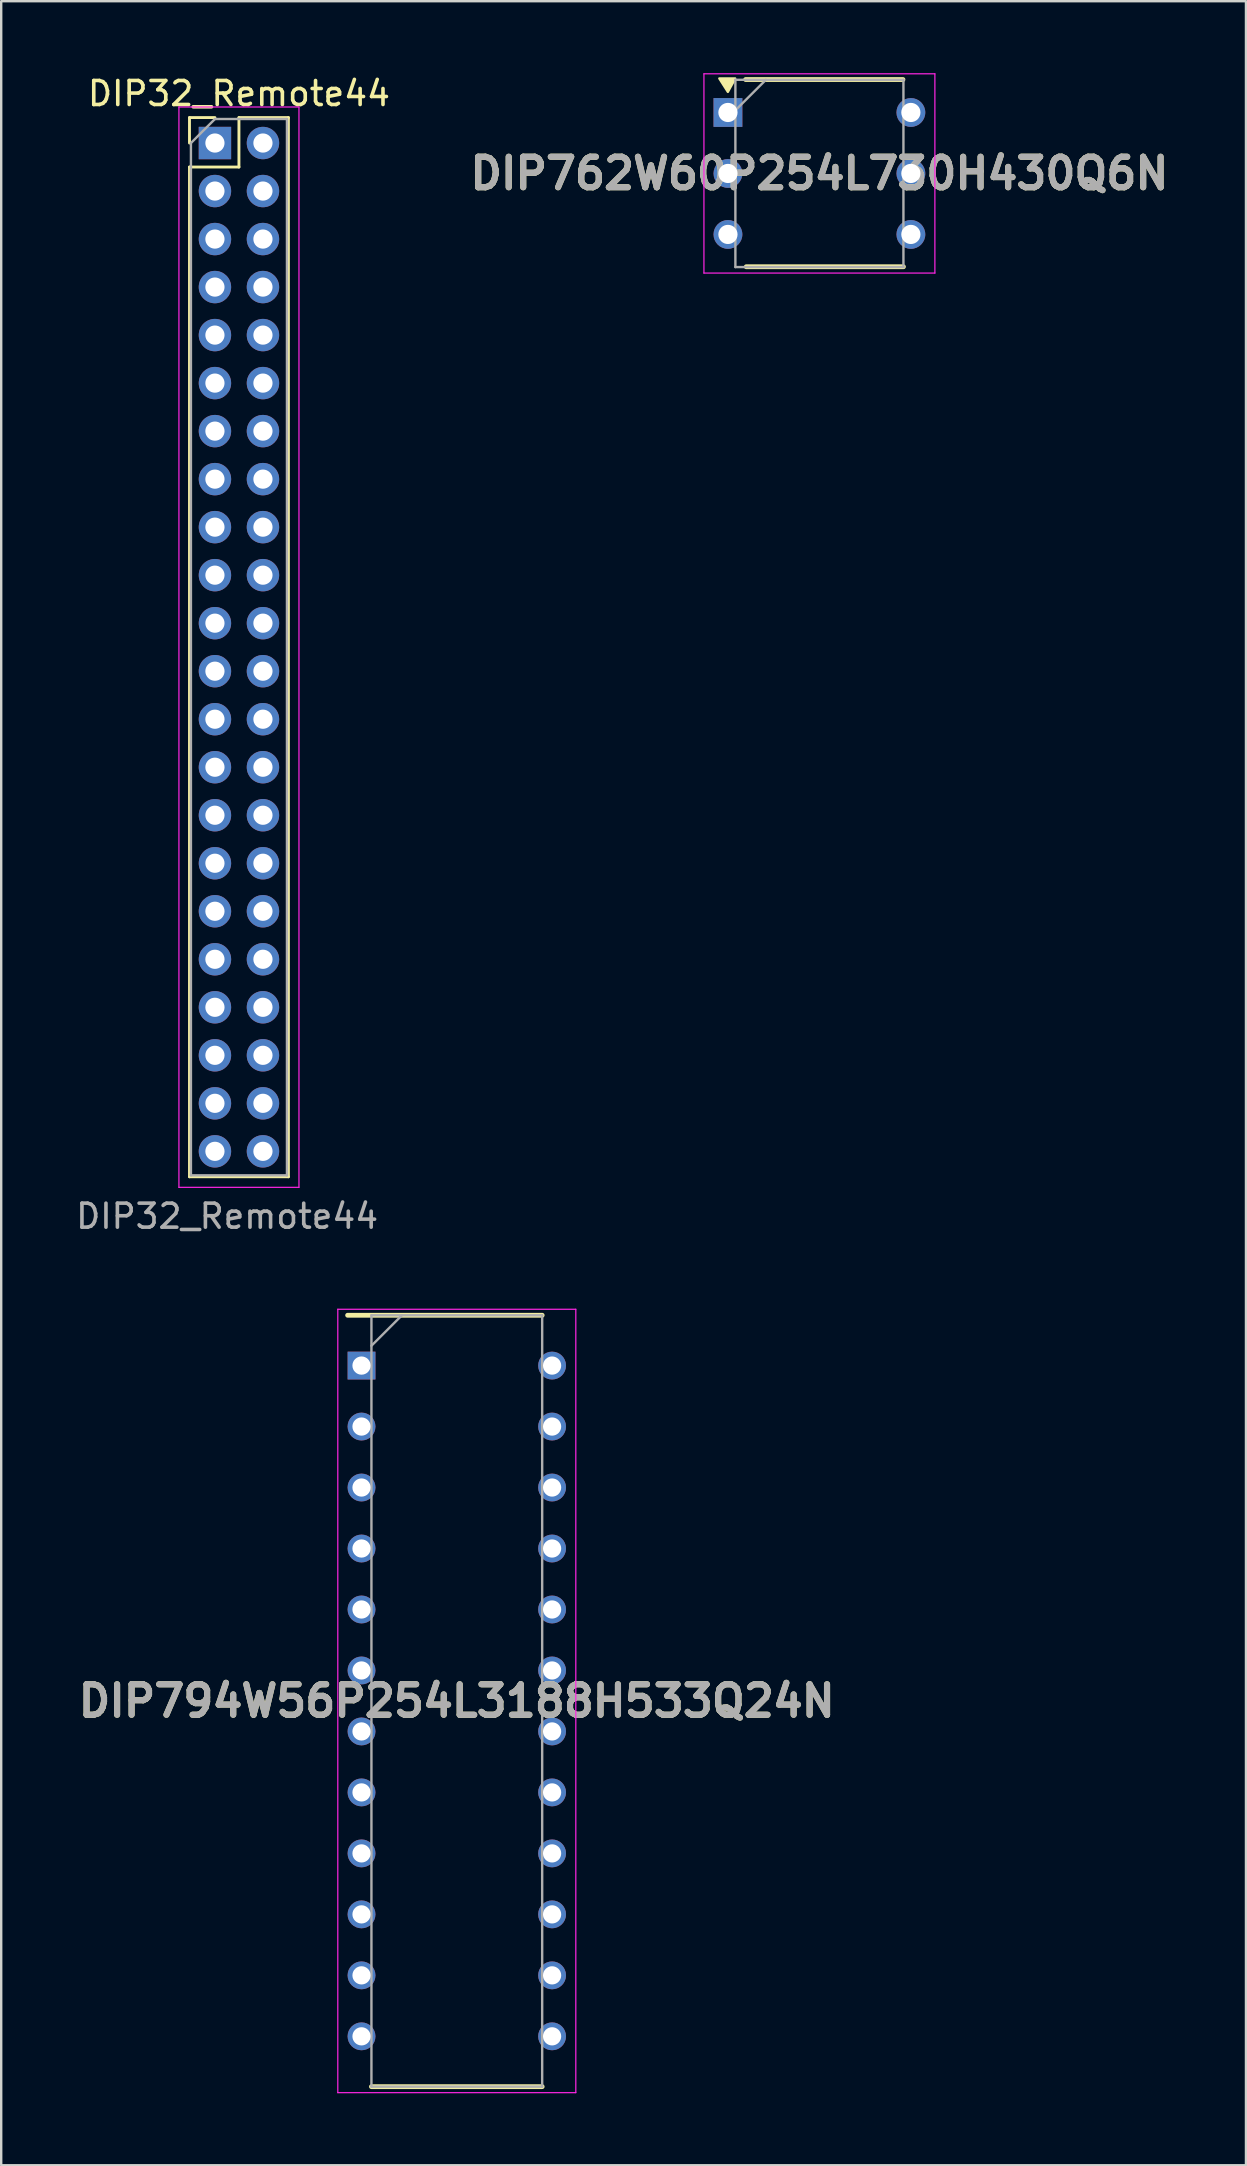
<source format=kicad_pcb>
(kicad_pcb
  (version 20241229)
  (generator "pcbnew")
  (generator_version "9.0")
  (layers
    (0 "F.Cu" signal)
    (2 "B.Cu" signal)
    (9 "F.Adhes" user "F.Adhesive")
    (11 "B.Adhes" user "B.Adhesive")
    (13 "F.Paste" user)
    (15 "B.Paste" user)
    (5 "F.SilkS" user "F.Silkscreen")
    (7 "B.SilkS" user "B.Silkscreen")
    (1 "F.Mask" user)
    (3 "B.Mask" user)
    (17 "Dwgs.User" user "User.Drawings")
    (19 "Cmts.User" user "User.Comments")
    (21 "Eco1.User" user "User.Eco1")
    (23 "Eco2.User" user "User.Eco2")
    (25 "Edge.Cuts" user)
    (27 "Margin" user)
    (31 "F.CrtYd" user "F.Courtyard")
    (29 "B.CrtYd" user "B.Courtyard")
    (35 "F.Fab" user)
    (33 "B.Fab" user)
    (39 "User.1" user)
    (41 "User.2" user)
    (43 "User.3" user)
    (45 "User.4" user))
  (footprint "DIP762W60P254L730H430Q6N"
    (layer "F.Cu")
    (at 31.082 4.175)
    (property "Reference" "DIP762W60P254L730H430Q6N" (at 0 0 0) (layer "F.SilkS") (effects (font (size 1.27 1.27) (thickness 0.254))))
    (attr through_hole)
    (fp_line (start -3.073 -3.912) (end 3.48 -3.912) (stroke (width 0.2) (type solid)) (layer "F.SilkS"))
    (fp_line (start -3.048 3.886) (end 3.5 3.886) (stroke (width 0.2) (type solid)) (layer "F.SilkS"))
    (fp_poly (pts (xy -3.813 -3.398) (xy -4.169 -3.957) (xy -3.508 -3.957)) (stroke (width 0.1) (type solid)) (fill yes) (layer "F.SilkS"))
    (fp_line (start -4.81 -4.15) (end 4.81 -4.15) (stroke (width 0.05) (type solid)) (layer "F.CrtYd"))
    (fp_line (start -4.81 4.15) (end -4.81 -4.15) (stroke (width 0.05) (type solid)) (layer "F.CrtYd"))
    (fp_line (start 4.81 -4.15) (end 4.81 4.15) (stroke (width 0.05) (type solid)) (layer "F.CrtYd"))
    (fp_line (start 4.81 4.15) (end -4.81 4.15) (stroke (width 0.05) (type solid)) (layer "F.CrtYd"))
    (fp_line (start -3.5 -3.9) (end 3.5 -3.9) (stroke (width 0.1) (type solid)) (layer "F.Fab"))
    (fp_line (start -3.5 -2.63) (end -2.23 -3.9) (stroke (width 0.1) (type solid)) (layer "F.Fab"))
    (fp_line (start -3.5 3.9) (end -3.5 -3.9) (stroke (width 0.1) (type solid)) (layer "F.Fab"))
    (fp_line (start 3.5 -3.9) (end 3.5 3.9) (stroke (width 0.1) (type solid)) (layer "F.Fab"))
    (fp_line (start 3.5 3.9) (end -3.5 3.9) (stroke (width 0.1) (type solid)) (layer "F.Fab"))
    (fp_text user "${REFERENCE}" (at 0 0 0) (layer "F.Fab") (effects (font (size 1.27 1.27) (thickness 0.254))))
    (pad "1" thru_hole rect (at -3.81 -2.54) (size 1.2 1.2) (drill 0.8) (layers "*.Cu" "*.Mask"))
    (pad "2" thru_hole circle (at -3.81 0) (size 1.2 1.2) (drill 0.8) (layers "*.Cu" "*.Mask"))
    (pad "3" thru_hole circle (at -3.81 2.54) (size 1.2 1.2) (drill 0.8) (layers "*.Cu" "*.Mask"))
    (pad "4" thru_hole circle (at 3.81 2.54) (size 1.2 1.2) (drill 0.8) (layers "*.Cu" "*.Mask"))
    (pad "5" thru_hole circle (at 3.81 0) (size 1.2 1.2) (drill 0.8) (layers "*.Cu" "*.Mask"))
    (pad "6" thru_hole circle (at 3.81 -2.54) (size 1.2 1.2) (drill 0.8) (layers "*.Cu" "*.Mask")))
  (footprint "DIP32_Remote44"
    (layer "F.Cu")
    (at 5.903 2.908)
    (property "Reference" "DIP32_Remote44" (at 1 -2.06 0) (layer "F.SilkS") (effects (font (size 1 1) (thickness 0.15))))
    (attr through_hole)
    (fp_line (start -1.06 -1.06) (end 0 -1.06) (stroke (width 0.12) (type solid)) (layer "F.SilkS"))
    (fp_line (start -1.06 0) (end -1.06 -1.06) (stroke (width 0.12) (type solid)) (layer "F.SilkS"))
    (fp_line (start -1.06 1) (end -1.06 43.06) (stroke (width 0.12) (type solid)) (layer "F.SilkS"))
    (fp_line (start -1.06 1) (end 1 1) (stroke (width 0.12) (type solid)) (layer "F.SilkS"))
    (fp_line (start -1.06 43.06) (end 3.06 43.06) (stroke (width 0.12) (type solid)) (layer "F.SilkS"))
    (fp_line (start 1 -1.06) (end 3.06 -1.06) (stroke (width 0.12) (type solid)) (layer "F.SilkS"))
    (fp_line (start 1 1) (end 1 -1.06) (stroke (width 0.12) (type solid)) (layer "F.SilkS"))
    (fp_line (start 3.06 -1.06) (end 3.06 43.06) (stroke (width 0.12) (type solid)) (layer "F.SilkS"))
    (fp_line (start -1.5 -1.5) (end -1.5 43.5) (stroke (width 0.05) (type solid)) (layer "F.CrtYd"))
    (fp_line (start -1.5 43.5) (end 3.5 43.5) (stroke (width 0.05) (type solid)) (layer "F.CrtYd"))
    (fp_line (start 3.5 -1.5) (end -1.5 -1.5) (stroke (width 0.05) (type solid)) (layer "F.CrtYd"))
    (fp_line (start 3.5 43.5) (end 3.5 -1.5) (stroke (width 0.05) (type solid)) (layer "F.CrtYd"))
    (fp_line (start -1 0) (end 0 -1) (stroke (width 0.1) (type solid)) (layer "F.Fab"))
    (fp_line (start -1 43) (end -1 0) (stroke (width 0.1) (type solid)) (layer "F.Fab"))
    (fp_line (start 0 -1) (end 3 -1) (stroke (width 0.1) (type solid)) (layer "F.Fab"))
    (fp_line (start 3 -1) (end 3 43) (stroke (width 0.1) (type solid)) (layer "F.Fab"))
    (fp_line (start 3 43) (end -1 43) (stroke (width 0.1) (type solid)) (layer "F.Fab"))
    (fp_text user "${REFERENCE}" (at 0.508 44.704 180) (layer "F.Fab") (effects (font (size 1 1) (thickness 0.15))))
    (pad "1" thru_hole rect (at 0 0) (size 1.35 1.35) (drill 0.8) (layers "*.Cu" "*.Mask"))
    (pad "2" thru_hole oval (at 0 2) (size 1.35 1.35) (drill 0.8) (layers "*.Cu" "*.Mask"))
    (pad "3" thru_hole oval (at 0 4) (size 1.35 1.35) (drill 0.8) (layers "*.Cu" "*.Mask"))
    (pad "4" thru_hole oval (at 0 6) (size 1.35 1.35) (drill 0.8) (layers "*.Cu" "*.Mask"))
    (pad "5" thru_hole oval (at 0 8) (size 1.35 1.35) (drill 0.8) (layers "*.Cu" "*.Mask"))
    (pad "6" thru_hole oval (at 0 10) (size 1.35 1.35) (drill 0.8) (layers "*.Cu" "*.Mask"))
    (pad "7" thru_hole oval (at 0 12) (size 1.35 1.35) (drill 0.8) (layers "*.Cu" "*.Mask"))
    (pad "8" thru_hole oval (at 0 14) (size 1.35 1.35) (drill 0.8) (layers "*.Cu" "*.Mask"))
    (pad "9" thru_hole oval (at 0 16) (size 1.35 1.35) (drill 0.8) (layers "*.Cu" "*.Mask"))
    (pad "10" thru_hole oval (at 0 18) (size 1.35 1.35) (drill 0.8) (layers "*.Cu" "*.Mask"))
    (pad "11" thru_hole oval (at 0 20) (size 1.35 1.35) (drill 0.8) (layers "*.Cu" "*.Mask"))
    (pad "12" thru_hole oval (at 0 22) (size 1.35 1.35) (drill 0.8) (layers "*.Cu" "*.Mask"))
    (pad "13" thru_hole oval (at 0 24) (size 1.35 1.35) (drill 0.8) (layers "*.Cu" "*.Mask"))
    (pad "14" thru_hole oval (at 0 26) (size 1.35 1.35) (drill 0.8) (layers "*.Cu" "*.Mask"))
    (pad "15" thru_hole oval (at 0 28) (size 1.35 1.35) (drill 0.8) (layers "*.Cu" "*.Mask"))
    (pad "16" thru_hole oval (at 0 30) (size 1.35 1.35) (drill 0.8) (layers "*.Cu" "*.Mask"))
    (pad "17" thru_hole oval (at 2 30) (size 1.35 1.35) (drill 0.8) (layers "*.Cu" "*.Mask"))
    (pad "18" thru_hole oval (at 2 28) (size 1.35 1.35) (drill 0.8) (layers "*.Cu" "*.Mask"))
    (pad "19" thru_hole oval (at 2 26) (size 1.35 1.35) (drill 0.8) (layers "*.Cu" "*.Mask"))
    (pad "20" thru_hole oval (at 2 24) (size 1.35 1.35) (drill 0.8) (layers "*.Cu" "*.Mask"))
    (pad "21" thru_hole oval (at 2 22) (size 1.35 1.35) (drill 0.8) (layers "*.Cu" "*.Mask"))
    (pad "22" thru_hole oval (at 2 20) (size 1.35 1.35) (drill 0.8) (layers "*.Cu" "*.Mask"))
    (pad "23" thru_hole oval (at 2 18) (size 1.35 1.35) (drill 0.8) (layers "*.Cu" "*.Mask"))
    (pad "24" thru_hole oval (at 2 16) (size 1.35 1.35) (drill 0.8) (layers "*.Cu" "*.Mask"))
    (pad "25" thru_hole oval (at 2 14) (size 1.35 1.35) (drill 0.8) (layers "*.Cu" "*.Mask"))
    (pad "26" thru_hole oval (at 2 12) (size 1.35 1.35) (drill 0.8) (layers "*.Cu" "*.Mask"))
    (pad "27" thru_hole oval (at 2 10) (size 1.35 1.35) (drill 0.8) (layers "*.Cu" "*.Mask"))
    (pad "28" thru_hole oval (at 2 8) (size 1.35 1.35) (drill 0.8) (layers "*.Cu" "*.Mask"))
    (pad "29" thru_hole oval (at 2 6) (size 1.35 1.35) (drill 0.8) (layers "*.Cu" "*.Mask"))
    (pad "30" thru_hole oval (at 2 4) (size 1.35 1.35) (drill 0.8) (layers "*.Cu" "*.Mask"))
    (pad "31" thru_hole oval (at 2 2) (size 1.35 1.35) (drill 0.8) (layers "*.Cu" "*.Mask"))
    (pad "32" thru_hole oval (at 2 0) (size 1.35 1.35) (drill 0.8) (layers "*.Cu" "*.Mask"))
    (pad "nc" thru_hole oval (at 0 32) (size 1.35 1.35) (drill 0.8) (layers "*.Cu" "*.Mask"))
    (pad "nc" thru_hole oval (at 0 34) (size 1.35 1.35) (drill 0.8) (layers "*.Cu" "*.Mask"))
    (pad "nc" thru_hole oval (at 0 36) (size 1.35 1.35) (drill 0.8) (layers "*.Cu" "*.Mask"))
    (pad "nc" thru_hole oval (at 0 38) (size 1.35 1.35) (drill 0.8) (layers "*.Cu" "*.Mask"))
    (pad "nc" thru_hole oval (at 0 40) (size 1.35 1.35) (drill 0.8) (layers "*.Cu" "*.Mask"))
    (pad "nc" thru_hole oval (at 0 42) (size 1.35 1.35) (drill 0.8) (layers "*.Cu" "*.Mask"))
    (pad "nc" thru_hole oval (at 2 32) (size 1.35 1.35) (drill 0.8) (layers "*.Cu" "*.Mask"))
    (pad "nc" thru_hole oval (at 2 34) (size 1.35 1.35) (drill 0.8) (layers "*.Cu" "*.Mask"))
    (pad "nc" thru_hole oval (at 2 36) (size 1.35 1.35) (drill 0.8) (layers "*.Cu" "*.Mask"))
    (pad "nc" thru_hole oval (at 2 38) (size 1.35 1.35) (drill 0.8) (layers "*.Cu" "*.Mask"))
    (pad "nc" thru_hole oval (at 2 40) (size 1.35 1.35) (drill 0.8) (layers "*.Cu" "*.Mask"))
    (pad "nc" thru_hole oval (at 2 42) (size 1.35 1.35) (drill 0.8) (layers "*.Cu" "*.Mask")))
  (footprint "DIP794W56P254L3188H533Q24N"
    (layer "F.Cu")
    (at 15.978 67.802)
    (property "Reference" "DIP794W56P254L3188H533Q24N" (at 0 0 0) (layer "F.SilkS") (effects (font (size 1.27 1.27) (thickness 0.254))))
    (attr through_hole)
    (fp_line (start -4.548 -16.066) (end 3.556 -16.066) (stroke (width 0.2) (type solid)) (layer "F.SilkS"))
    (fp_line (start -3.556 16.066) (end 3.556 16.066) (stroke (width 0.2) (type solid)) (layer "F.SilkS"))
    (fp_line (start -4.957 -16.316) (end 4.957 -16.316) (stroke (width 0.05) (type solid)) (layer "F.CrtYd"))
    (fp_line (start -4.957 16.316) (end -4.957 -16.316) (stroke (width 0.05) (type solid)) (layer "F.CrtYd"))
    (fp_line (start 4.957 -16.316) (end 4.957 16.316) (stroke (width 0.05) (type solid)) (layer "F.CrtYd"))
    (fp_line (start 4.957 16.316) (end -4.957 16.316) (stroke (width 0.05) (type solid)) (layer "F.CrtYd"))
    (fp_line (start -3.556 -16.066) (end 3.556 -16.066) (stroke (width 0.1) (type solid)) (layer "F.Fab"))
    (fp_line (start -3.556 -14.796) (end -2.286 -16.066) (stroke (width 0.1) (type solid)) (layer "F.Fab"))
    (fp_line (start -3.556 16.066) (end -3.556 -16.066) (stroke (width 0.1) (type solid)) (layer "F.Fab"))
    (fp_line (start 3.556 -16.066) (end 3.556 16.066) (stroke (width 0.1) (type solid)) (layer "F.Fab"))
    (fp_line (start 3.556 16.066) (end -3.556 16.066) (stroke (width 0.1) (type solid)) (layer "F.Fab"))
    (fp_text user "${REFERENCE}" (at 0 0 0) (layer "F.Fab") (effects (font (size 1.27 1.27) (thickness 0.254))))
    (pad "1" thru_hole rect (at -3.969 -13.97) (size 1.159 1.159) (drill 0.759) (layers "*.Cu" "*.Mask"))
    (pad "2" thru_hole circle (at -3.969 -11.43) (size 1.159 1.159) (drill 0.759) (layers "*.Cu" "*.Mask"))
    (pad "3" thru_hole circle (at -3.969 -8.89) (size 1.159 1.159) (drill 0.759) (layers "*.Cu" "*.Mask"))
    (pad "4" thru_hole circle (at -3.969 -6.35) (size 1.159 1.159) (drill 0.759) (layers "*.Cu" "*.Mask"))
    (pad "5" thru_hole circle (at -3.969 -3.81) (size 1.159 1.159) (drill 0.759) (layers "*.Cu" "*.Mask"))
    (pad "6" thru_hole circle (at -3.969 -1.27) (size 1.159 1.159) (drill 0.759) (layers "*.Cu" "*.Mask"))
    (pad "7" thru_hole circle (at -3.969 1.27) (size 1.159 1.159) (drill 0.759) (layers "*.Cu" "*.Mask"))
    (pad "8" thru_hole circle (at -3.969 3.81) (size 1.159 1.159) (drill 0.759) (layers "*.Cu" "*.Mask"))
    (pad "9" thru_hole circle (at -3.969 6.35) (size 1.159 1.159) (drill 0.759) (layers "*.Cu" "*.Mask"))
    (pad "10" thru_hole circle (at -3.969 8.89) (size 1.159 1.159) (drill 0.759) (layers "*.Cu" "*.Mask"))
    (pad "11" thru_hole circle (at -3.969 11.43) (size 1.159 1.159) (drill 0.759) (layers "*.Cu" "*.Mask"))
    (pad "12" thru_hole circle (at -3.969 13.97) (size 1.159 1.159) (drill 0.759) (layers "*.Cu" "*.Mask"))
    (pad "13" thru_hole circle (at 3.969 13.97) (size 1.159 1.159) (drill 0.759) (layers "*.Cu" "*.Mask"))
    (pad "14" thru_hole circle (at 3.969 11.43) (size 1.159 1.159) (drill 0.759) (layers "*.Cu" "*.Mask"))
    (pad "15" thru_hole circle (at 3.969 8.89) (size 1.159 1.159) (drill 0.759) (layers "*.Cu" "*.Mask"))
    (pad "16" thru_hole circle (at 3.969 6.35) (size 1.159 1.159) (drill 0.759) (layers "*.Cu" "*.Mask"))
    (pad "17" thru_hole circle (at 3.969 3.81) (size 1.159 1.159) (drill 0.759) (layers "*.Cu" "*.Mask"))
    (pad "18" thru_hole circle (at 3.969 1.27) (size 1.159 1.159) (drill 0.759) (layers "*.Cu" "*.Mask"))
    (pad "19" thru_hole circle (at 3.969 -1.27) (size 1.159 1.159) (drill 0.759) (layers "*.Cu" "*.Mask"))
    (pad "20" thru_hole circle (at 3.969 -3.81) (size 1.159 1.159) (drill 0.759) (layers "*.Cu" "*.Mask"))
    (pad "21" thru_hole circle (at 3.969 -6.35) (size 1.159 1.159) (drill 0.759) (layers "*.Cu" "*.Mask"))
    (pad "22" thru_hole circle (at 3.969 -8.89) (size 1.159 1.159) (drill 0.759) (layers "*.Cu" "*.Mask"))
    (pad "23" thru_hole circle (at 3.969 -11.43) (size 1.159 1.159) (drill 0.759) (layers "*.Cu" "*.Mask"))
    (pad "24" thru_hole circle (at 3.969 -13.97) (size 1.159 1.159) (drill 0.759) (layers "*.Cu" "*.Mask")))
  (gr_rect
    (start -3 -3)
    (end 48.85 87.142)
    (stroke (width 0.1) (type default))
    (fill no)
    (layer "Edge.Cuts")))
</source>
